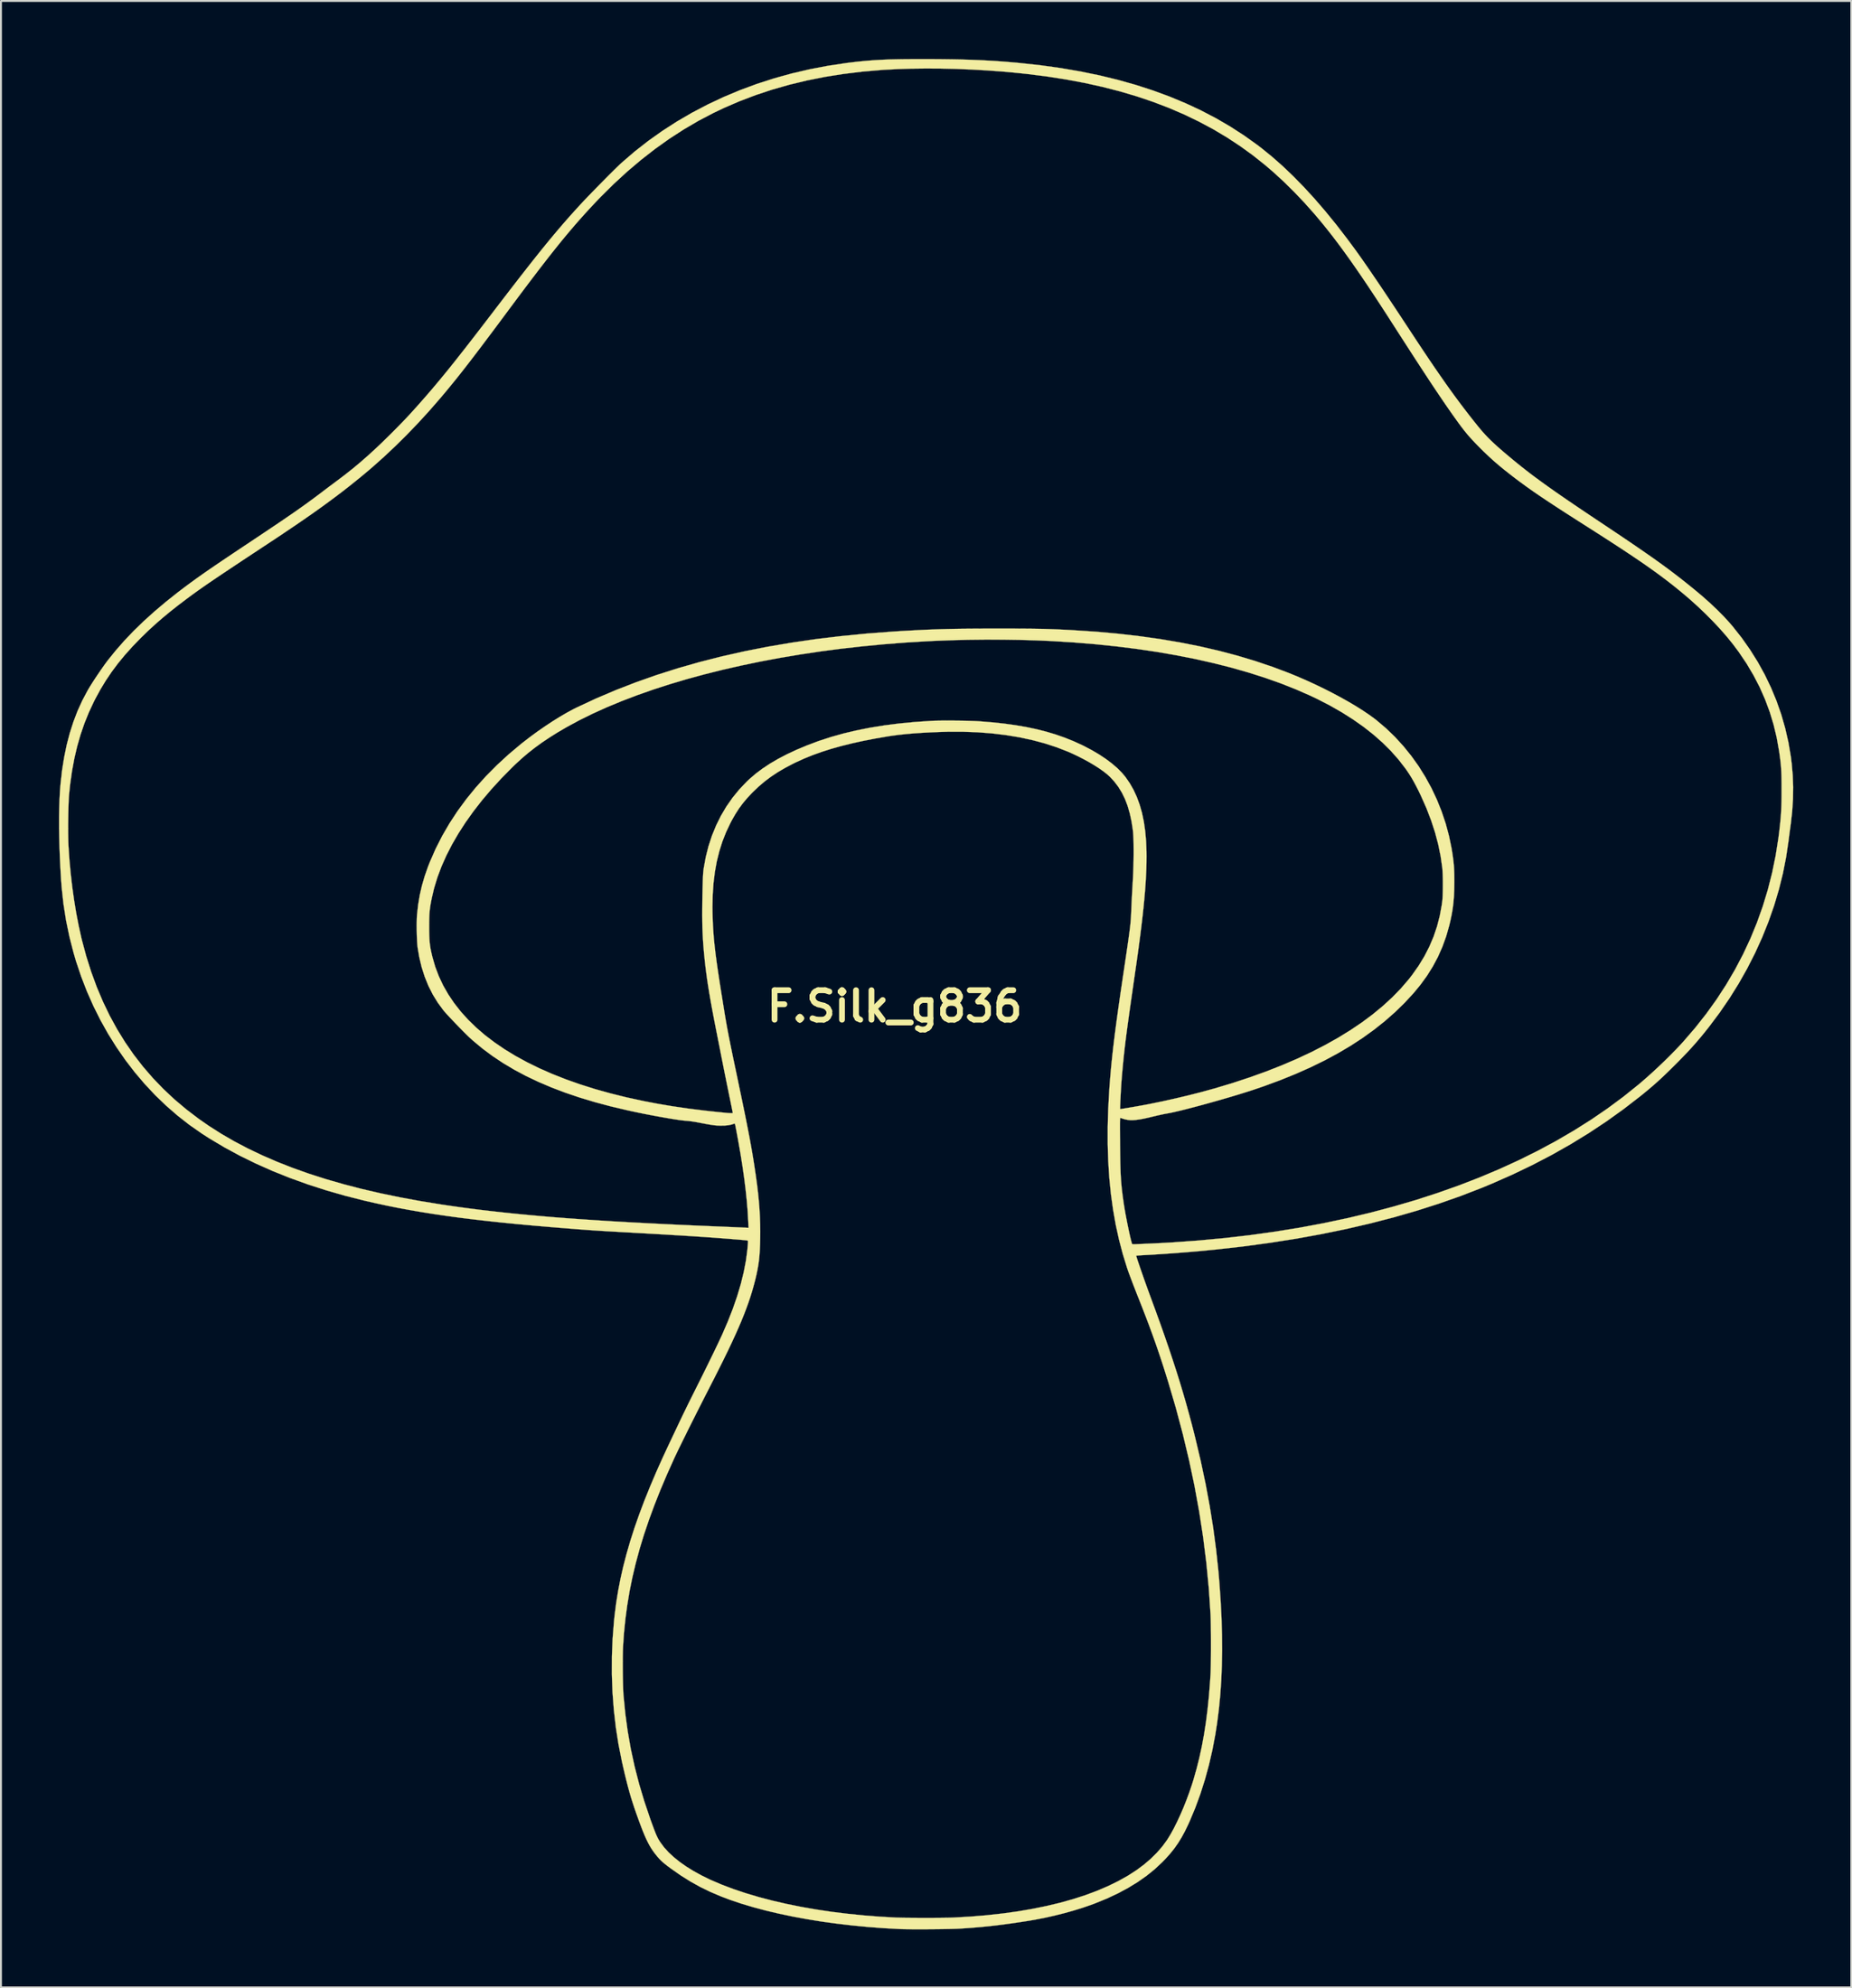
<source format=kicad_pcb>
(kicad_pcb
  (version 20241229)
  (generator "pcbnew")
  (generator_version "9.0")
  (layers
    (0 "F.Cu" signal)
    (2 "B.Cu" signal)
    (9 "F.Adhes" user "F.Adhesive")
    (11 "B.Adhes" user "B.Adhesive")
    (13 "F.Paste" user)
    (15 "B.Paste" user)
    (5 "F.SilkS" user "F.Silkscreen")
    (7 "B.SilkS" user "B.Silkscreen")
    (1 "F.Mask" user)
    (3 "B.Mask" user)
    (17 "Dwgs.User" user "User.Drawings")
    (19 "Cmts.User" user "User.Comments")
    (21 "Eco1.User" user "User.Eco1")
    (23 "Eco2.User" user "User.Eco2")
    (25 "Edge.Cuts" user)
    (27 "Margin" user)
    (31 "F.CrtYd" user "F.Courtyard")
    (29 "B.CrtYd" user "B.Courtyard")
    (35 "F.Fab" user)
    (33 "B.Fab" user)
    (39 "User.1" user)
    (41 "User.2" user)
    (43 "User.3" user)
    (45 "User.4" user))
  (footprint "F.Silk_g836"
    (layer "F.Cu")
    (at 43.183 48.963)
    (property "Reference" "F.Silk_g836" (at 0 0 0) (layer "F.SilkS") (effects (font (size 1.524 1.524) (thickness 0.3))))
    (attr through_hole)
    (fp_poly (pts (xy 1.983 -48.957) (xy 2.501 -48.953) (xy 2.986 -48.946) (xy 3.444 -48.937) (xy 3.879 -48.924) (xy 4.297 -48.908) (xy 4.703 -48.889) (xy 5.101 -48.866) (xy 5.497 -48.839) (xy 5.896 -48.807) (xy 6.302 -48.772) (xy 6.477 -48.755) (xy 7.551 -48.638) (xy 8.594 -48.492) (xy 9.606 -48.318) (xy 10.587 -48.116) (xy 11.537 -47.885) (xy 12.457 -47.626) (xy 13.346 -47.338) (xy 14.206 -47.022) (xy 15.035 -46.677) (xy 15.836 -46.303) (xy 16.607 -45.9) (xy 17.349 -45.468) (xy 18.062 -45.007) (xy 18.747 -44.517) (xy 18.955 -44.358) (xy 19.5 -43.915) (xy 20.048 -43.432) (xy 20.597 -42.908) (xy 21.148 -42.344) (xy 21.702 -41.74) (xy 22.258 -41.094) (xy 22.818 -40.407) (xy 23.38 -39.678) (xy 23.796 -39.116) (xy 23.967 -38.878) (xy 24.153 -38.615) (xy 24.354 -38.327) (xy 24.571 -38.013) (xy 24.804 -37.67) (xy 25.056 -37.299) (xy 25.326 -36.897) (xy 25.614 -36.464) (xy 25.923 -35.999) (xy 26.252 -35.5) (xy 26.603 -34.967) (xy 26.679 -34.851) (xy 27.019 -34.335) (xy 27.339 -33.853) (xy 27.642 -33.402) (xy 27.93 -32.978) (xy 28.205 -32.58) (xy 28.468 -32.203) (xy 28.723 -31.845) (xy 28.971 -31.504) (xy 29.214 -31.176) (xy 29.455 -30.858) (xy 29.695 -30.547) (xy 29.936 -30.241) (xy 30.126 -30.004) (xy 30.265 -29.835) (xy 30.401 -29.677) (xy 30.538 -29.526) (xy 30.68 -29.377) (xy 30.833 -29.226) (xy 31 -29.069) (xy 31.185 -28.901) (xy 31.394 -28.719) (xy 31.63 -28.518) (xy 31.75 -28.417) (xy 31.965 -28.238) (xy 32.179 -28.063) (xy 32.393 -27.891) (xy 32.611 -27.72) (xy 32.834 -27.547) (xy 33.066 -27.372) (xy 33.309 -27.193) (xy 33.565 -27.007) (xy 33.837 -26.812) (xy 34.126 -26.608) (xy 34.437 -26.392) (xy 34.771 -26.163) (xy 35.131 -25.918) (xy 35.518 -25.656) (xy 35.937 -25.375) (xy 36.388 -25.073) (xy 36.417 -25.054) (xy 36.861 -24.758) (xy 37.272 -24.483) (xy 37.652 -24.227) (xy 38.004 -23.989) (xy 38.33 -23.767) (xy 38.634 -23.558) (xy 38.916 -23.362) (xy 39.181 -23.177) (xy 39.43 -22.999) (xy 39.666 -22.829) (xy 39.892 -22.664) (xy 40.109 -22.502) (xy 40.321 -22.341) (xy 40.529 -22.181) (xy 40.737 -22.018) (xy 40.947 -21.851) (xy 41.161 -21.678) (xy 41.317 -21.552) (xy 41.737 -21.2) (xy 42.133 -20.848) (xy 42.502 -20.5) (xy 42.841 -20.158) (xy 43.145 -19.826) (xy 43.294 -19.653) (xy 43.767 -19.055) (xy 44.203 -18.437) (xy 44.602 -17.801) (xy 44.963 -17.147) (xy 45.286 -16.476) (xy 45.57 -15.79) (xy 45.816 -15.089) (xy 46.021 -14.375) (xy 46.187 -13.649) (xy 46.312 -12.912) (xy 46.355 -12.57) (xy 46.41 -11.953) (xy 46.433 -11.335) (xy 46.424 -10.711) (xy 46.382 -10.074) (xy 46.308 -9.417) (xy 46.292 -9.303) (xy 46.275 -9.185) (xy 46.256 -9.038) (xy 46.234 -8.875) (xy 46.213 -8.708) (xy 46.195 -8.562) (xy 46.07 -7.718) (xy 45.904 -6.876) (xy 45.696 -6.039) (xy 45.448 -5.208) (xy 45.16 -4.384) (xy 44.833 -3.569) (xy 44.468 -2.764) (xy 44.065 -1.971) (xy 43.625 -1.191) (xy 43.148 -0.425) (xy 42.635 0.324) (xy 42.087 1.055) (xy 41.942 1.238) (xy 41.742 1.486) (xy 41.549 1.716) (xy 41.359 1.937) (xy 41.165 2.154) (xy 40.961 2.375) (xy 40.74 2.606) (xy 40.498 2.854) (xy 40.334 3.018) (xy 40.077 3.273) (xy 39.841 3.502) (xy 39.618 3.713) (xy 39.403 3.91) (xy 39.188 4.1) (xy 38.966 4.289) (xy 38.73 4.484) (xy 38.534 4.643) (xy 37.673 5.308) (xy 36.786 5.944) (xy 35.871 6.551) (xy 34.927 7.129) (xy 33.954 7.68) (xy 32.95 8.203) (xy 31.915 8.7) (xy 30.848 9.17) (xy 30.313 9.391) (xy 29.233 9.808) (xy 28.119 10.199) (xy 26.973 10.565) (xy 25.793 10.905) (xy 24.58 11.219) (xy 23.334 11.508) (xy 22.056 11.771) (xy 20.746 12.009) (xy 19.403 12.22) (xy 18.028 12.406) (xy 16.622 12.566) (xy 15.684 12.656) (xy 15.362 12.684) (xy 15.02 12.712) (xy 14.667 12.74) (xy 14.312 12.767) (xy 13.964 12.791) (xy 13.631 12.813) (xy 13.321 12.833) (xy 13.044 12.848) (xy 12.996 12.851) (xy 12.855 12.858) (xy 12.729 12.866) (xy 12.622 12.874) (xy 12.542 12.88) (xy 12.495 12.886) (xy 12.485 12.889) (xy 12.488 12.911) (xy 12.505 12.969) (xy 12.533 13.059) (xy 12.572 13.177) (xy 12.62 13.319) (xy 12.675 13.481) (xy 12.736 13.659) (xy 12.803 13.85) (xy 12.872 14.049) (xy 12.944 14.252) (xy 13.017 14.456) (xy 13.089 14.656) (xy 13.16 14.849) (xy 13.218 15.007) (xy 13.478 15.715) (xy 13.722 16.388) (xy 13.949 17.032) (xy 14.162 17.65) (xy 14.361 18.246) (xy 14.549 18.824) (xy 14.726 19.388) (xy 14.893 19.943) (xy 15.053 20.493) (xy 15.205 21.041) (xy 15.353 21.591) (xy 15.496 22.148) (xy 15.533 22.299) (xy 15.816 23.492) (xy 16.065 24.664) (xy 16.28 25.818) (xy 16.463 26.959) (xy 16.613 28.09) (xy 16.733 29.215) (xy 16.784 29.824) (xy 16.847 30.739) (xy 16.892 31.618) (xy 16.917 32.465) (xy 16.923 33.282) (xy 16.91 34.073) (xy 16.878 34.839) (xy 16.827 35.584) (xy 16.757 36.31) (xy 16.667 37.021) (xy 16.573 37.627) (xy 16.423 38.421) (xy 16.243 39.201) (xy 16.035 39.964) (xy 15.799 40.705) (xy 15.537 41.421) (xy 15.25 42.107) (xy 15.168 42.289) (xy 14.998 42.639) (xy 14.826 42.955) (xy 14.648 43.245) (xy 14.456 43.518) (xy 14.246 43.781) (xy 14.012 44.043) (xy 13.822 44.239) (xy 13.435 44.6) (xy 13.013 44.94) (xy 12.555 45.262) (xy 12.061 45.564) (xy 11.531 45.848) (xy 10.963 46.114) (xy 10.357 46.361) (xy 10.12 46.449) (xy 9.69 46.597) (xy 9.227 46.739) (xy 8.743 46.874) (xy 8.248 46.998) (xy 7.751 47.109) (xy 7.263 47.204) (xy 6.953 47.257) (xy 6.486 47.33) (xy 6.053 47.394) (xy 5.645 47.45) (xy 5.255 47.499) (xy 4.876 47.542) (xy 4.499 47.58) (xy 4.117 47.613) (xy 3.722 47.643) (xy 3.334 47.668) (xy 3.215 47.674) (xy 3.06 47.679) (xy 2.873 47.684) (xy 2.661 47.688) (xy 2.429 47.692) (xy 2.183 47.695) (xy 1.928 47.697) (xy 1.67 47.699) (xy 1.415 47.7) (xy 1.168 47.7) (xy 0.935 47.699) (xy 0.722 47.698) (xy 0.533 47.695) (xy 0.376 47.692) (xy 0.265 47.688) (xy -0.562 47.643) (xy -1.38 47.581) (xy -2.187 47.503) (xy -2.981 47.41) (xy -3.759 47.303) (xy -4.517 47.18) (xy -5.254 47.045) (xy -5.966 46.896) (xy -6.65 46.734) (xy -7.305 46.56) (xy -7.926 46.374) (xy -8.511 46.177) (xy -8.971 46.003) (xy -9.522 45.769) (xy -10.047 45.513) (xy -10.556 45.23) (xy -11.056 44.916) (xy -11.556 44.565) (xy -11.599 44.534) (xy -11.755 44.417) (xy -11.882 44.317) (xy -11.987 44.228) (xy -12.078 44.144) (xy -12.161 44.059) (xy -12.243 43.966) (xy -12.264 43.942) (xy -12.375 43.805) (xy -12.477 43.668) (xy -12.572 43.527) (xy -12.662 43.377) (xy -12.749 43.215) (xy -12.837 43.034) (xy -12.927 42.832) (xy -13.021 42.603) (xy -13.121 42.343) (xy -13.231 42.047) (xy -13.249 41.996) (xy -13.357 41.695) (xy -13.455 41.412) (xy -13.544 41.139) (xy -13.628 40.871) (xy -13.707 40.6) (xy -13.784 40.319) (xy -13.86 40.023) (xy -13.938 39.705) (xy -14.019 39.358) (xy -14.097 39.01) (xy -14.269 38.147) (xy -14.407 37.263) (xy -14.51 36.363) (xy -14.579 35.449) (xy -14.612 34.528) (xy -14.611 34.068) (xy -14.05 34.068) (xy -14.049 34.312) (xy -14.047 34.557) (xy -14.043 34.795) (xy -14.038 35.02) (xy -14.032 35.226) (xy -14.025 35.405) (xy -14.017 35.552) (xy -14.013 35.602) (xy -13.921 36.545) (xy -13.795 37.47) (xy -13.635 38.381) (xy -13.439 39.285) (xy -13.207 40.186) (xy -12.937 41.089) (xy -12.629 42) (xy -12.575 42.15) (xy -12.501 42.353) (xy -12.438 42.521) (xy -12.385 42.66) (xy -12.339 42.774) (xy -12.297 42.87) (xy -12.258 42.952) (xy -12.219 43.026) (xy -12.178 43.097) (xy -12.131 43.171) (xy -12.103 43.214) (xy -11.913 43.47) (xy -11.682 43.724) (xy -11.413 43.974) (xy -11.107 44.22) (xy -10.767 44.459) (xy -10.393 44.691) (xy -9.989 44.914) (xy -9.556 45.127) (xy -9.483 45.16) (xy -8.918 45.401) (xy -8.315 45.628) (xy -7.677 45.841) (xy -7.006 46.04) (xy -6.304 46.224) (xy -5.574 46.392) (xy -4.819 46.545) (xy -4.04 46.681) (xy -3.241 46.8) (xy -2.424 46.901) (xy -1.59 46.985) (xy -0.744 47.051) (xy 0.042 47.094) (xy 0.182 47.099) (xy 0.357 47.103) (xy 0.562 47.107) (xy 0.792 47.109) (xy 1.038 47.111) (xy 1.297 47.113) (xy 1.561 47.113) (xy 1.825 47.113) (xy 2.082 47.112) (xy 2.327 47.11) (xy 2.553 47.107) (xy 2.754 47.104) (xy 2.925 47.1) (xy 3.048 47.095) (xy 3.918 47.046) (xy 4.762 46.976) (xy 5.579 46.885) (xy 6.368 46.775) (xy 7.129 46.645) (xy 7.859 46.496) (xy 8.559 46.328) (xy 9.227 46.141) (xy 9.863 45.935) (xy 10.464 45.711) (xy 11.031 45.468) (xy 11.562 45.208) (xy 12.056 44.931) (xy 12.513 44.636) (xy 12.526 44.626) (xy 12.894 44.351) (xy 13.237 44.057) (xy 13.549 43.748) (xy 13.827 43.429) (xy 14.068 43.102) (xy 14.107 43.042) (xy 14.267 42.78) (xy 14.431 42.481) (xy 14.596 42.151) (xy 14.76 41.797) (xy 14.921 41.425) (xy 15.075 41.039) (xy 15.221 40.645) (xy 15.356 40.25) (xy 15.443 39.973) (xy 15.604 39.408) (xy 15.749 38.831) (xy 15.877 38.238) (xy 15.991 37.626) (xy 16.089 36.989) (xy 16.173 36.326) (xy 16.244 35.631) (xy 16.301 34.902) (xy 16.323 34.565) (xy 16.33 34.427) (xy 16.335 34.251) (xy 16.34 34.046) (xy 16.344 33.815) (xy 16.346 33.565) (xy 16.348 33.302) (xy 16.348 33.031) (xy 16.348 32.758) (xy 16.347 32.49) (xy 16.344 32.231) (xy 16.341 31.988) (xy 16.337 31.767) (xy 16.331 31.573) (xy 16.325 31.412) (xy 16.323 31.38) (xy 16.235 30.066) (xy 16.108 28.752) (xy 15.943 27.434) (xy 15.739 26.112) (xy 15.497 24.785) (xy 15.215 23.45) (xy 14.894 22.108) (xy 14.534 20.755) (xy 14.133 19.392) (xy 13.892 18.627) (xy 13.751 18.194) (xy 13.608 17.77) (xy 13.462 17.35) (xy 13.31 16.925) (xy 13.15 16.489) (xy 12.978 16.037) (xy 12.793 15.559) (xy 12.593 15.051) (xy 12.579 15.018) (xy 12.493 14.8) (xy 12.407 14.579) (xy 12.322 14.36) (xy 12.242 14.15) (xy 12.169 13.955) (xy 12.104 13.78) (xy 12.051 13.632) (xy 12.012 13.517) (xy 12.011 13.515) (xy 11.788 12.79) (xy 11.593 12.048) (xy 11.426 11.285) (xy 11.288 10.501) (xy 11.177 9.695) (xy 11.094 8.865) (xy 11.039 8.009) (xy 11.012 7.126) (xy 11.012 6.216) (xy 11.039 5.276) (xy 11.094 4.304) (xy 11.102 4.18) (xy 11.126 3.864) (xy 11.152 3.55) (xy 11.18 3.233) (xy 11.211 2.912) (xy 11.246 2.582) (xy 11.283 2.241) (xy 11.325 1.885) (xy 11.371 1.512) (xy 11.422 1.117) (xy 11.478 0.699) (xy 11.539 0.254) (xy 11.607 -0.222) (xy 11.68 -0.731) (xy 11.761 -1.277) (xy 11.813 -1.63) (xy 11.871 -2.014) (xy 11.922 -2.359) (xy 11.968 -2.668) (xy 12.008 -2.943) (xy 12.044 -3.188) (xy 12.076 -3.406) (xy 12.103 -3.6) (xy 12.126 -3.771) (xy 12.146 -3.924) (xy 12.163 -4.061) (xy 12.177 -4.185) (xy 12.189 -4.299) (xy 12.198 -4.406) (xy 12.206 -4.508) (xy 12.213 -4.609) (xy 12.219 -4.711) (xy 12.224 -4.818) (xy 12.229 -4.932) (xy 12.234 -5.056) (xy 12.234 -5.069) (xy 12.241 -5.232) (xy 12.25 -5.426) (xy 12.261 -5.641) (xy 12.273 -5.866) (xy 12.285 -6.09) (xy 12.298 -6.303) (xy 12.302 -6.371) (xy 12.318 -6.657) (xy 12.33 -6.952) (xy 12.34 -7.25) (xy 12.347 -7.546) (xy 12.351 -7.834) (xy 12.351 -8.111) (xy 12.349 -8.37) (xy 12.344 -8.606) (xy 12.335 -8.814) (xy 12.324 -8.99) (xy 12.312 -9.102) (xy 12.243 -9.555) (xy 12.153 -9.973) (xy 12.041 -10.359) (xy 11.906 -10.714) (xy 11.746 -11.042) (xy 11.561 -11.344) (xy 11.35 -11.622) (xy 11.136 -11.855) (xy 10.982 -11.995) (xy 10.792 -12.144) (xy 10.572 -12.3) (xy 10.325 -12.458) (xy 10.056 -12.618) (xy 9.771 -12.774) (xy 9.474 -12.926) (xy 9.17 -13.07) (xy 8.959 -13.163) (xy 8.376 -13.39) (xy 7.762 -13.59) (xy 7.119 -13.762) (xy 6.449 -13.906) (xy 5.753 -14.021) (xy 5.032 -14.108) (xy 4.289 -14.166) (xy 3.524 -14.194) (xy 2.74 -14.193) (xy 2.428 -14.185) (xy 1.91 -14.164) (xy 1.432 -14.139) (xy 0.99 -14.109) (xy 0.582 -14.073) (xy 0.204 -14.033) (xy -0.146 -13.986) (xy -0.339 -13.957) (xy -1 -13.843) (xy -1.621 -13.722) (xy -2.206 -13.593) (xy -2.757 -13.456) (xy -3.277 -13.31) (xy -3.767 -13.154) (xy -4.232 -12.987) (xy -4.673 -12.809) (xy -5.093 -12.618) (xy -5.249 -12.542) (xy -5.662 -12.325) (xy -6.039 -12.104) (xy -6.387 -11.873) (xy -6.712 -11.629) (xy -7.023 -11.365) (xy -7.325 -11.077) (xy -7.389 -11.012) (xy -7.633 -10.751) (xy -7.849 -10.492) (xy -8.046 -10.225) (xy -8.23 -9.939) (xy -8.409 -9.626) (xy -8.49 -9.472) (xy -8.711 -9.005) (xy -8.902 -8.521) (xy -9.061 -8.018) (xy -9.191 -7.494) (xy -9.291 -6.946) (xy -9.361 -6.374) (xy -9.402 -5.775) (xy -9.415 -5.147) (xy -9.412 -4.858) (xy -9.406 -4.625) (xy -9.399 -4.4) (xy -9.389 -4.18) (xy -9.376 -3.961) (xy -9.361 -3.741) (xy -9.343 -3.516) (xy -9.321 -3.283) (xy -9.294 -3.039) (xy -9.264 -2.781) (xy -9.228 -2.506) (xy -9.188 -2.21) (xy -9.142 -1.89) (xy -9.09 -1.543) (xy -9.032 -1.166) (xy -8.967 -0.756) (xy -8.895 -0.309) (xy -8.846 -0.005) (xy -8.814 0.191) (xy -8.785 0.37) (xy -8.757 0.538) (xy -8.73 0.696) (xy -8.703 0.849) (xy -8.677 1) (xy -8.649 1.152) (xy -8.619 1.308) (xy -8.588 1.472) (xy -8.553 1.648) (xy -8.515 1.838) (xy -8.473 2.046) (xy -8.426 2.275) (xy -8.374 2.529) (xy -8.315 2.811) (xy -8.249 3.124) (xy -8.176 3.472) (xy -8.096 3.852) (xy -7.997 4.328) (xy -7.905 4.765) (xy -7.822 5.167) (xy -7.746 5.538) (xy -7.677 5.88) (xy -7.614 6.197) (xy -7.557 6.491) (xy -7.504 6.767) (xy -7.456 7.027) (xy -7.411 7.275) (xy -7.369 7.513) (xy -7.33 7.746) (xy -7.292 7.975) (xy -7.256 8.205) (xy -7.251 8.238) (xy -7.176 8.741) (xy -7.112 9.209) (xy -7.06 9.648) (xy -7.018 10.066) (xy -6.986 10.468) (xy -6.964 10.86) (xy -6.951 11.249) (xy -6.946 11.641) (xy -6.949 11.989) (xy -6.956 12.312) (xy -6.968 12.601) (xy -6.986 12.865) (xy -7.01 13.112) (xy -7.043 13.351) (xy -7.085 13.591) (xy -7.136 13.84) (xy -7.198 14.105) (xy -7.217 14.182) (xy -7.291 14.461) (xy -7.372 14.742) (xy -7.46 15.026) (xy -7.558 15.317) (xy -7.667 15.617) (xy -7.786 15.929) (xy -7.918 16.255) (xy -8.064 16.597) (xy -8.224 16.958) (xy -8.4 17.34) (xy -8.592 17.747) (xy -8.803 18.18) (xy -9.032 18.642) (xy -9.281 19.136) (xy -9.524 19.611) (xy -9.683 19.923) (xy -9.847 20.243) (xy -10.011 20.567) (xy -10.175 20.891) (xy -10.337 21.213) (xy -10.495 21.528) (xy -10.648 21.833) (xy -10.792 22.125) (xy -10.928 22.399) (xy -11.052 22.652) (xy -11.164 22.881) (xy -11.261 23.082) (xy -11.341 23.251) (xy -11.386 23.347) (xy -11.761 24.182) (xy -12.105 24.993) (xy -12.418 25.783) (xy -12.701 26.553) (xy -12.956 27.308) (xy -13.182 28.05) (xy -13.38 28.782) (xy -13.552 29.506) (xy -13.698 30.226) (xy -13.818 30.945) (xy -13.915 31.665) (xy -13.988 32.39) (xy -14.036 33.083) (xy -14.041 33.226) (xy -14.046 33.403) (xy -14.049 33.607) (xy -14.05 33.831) (xy -14.05 34.068) (xy -14.611 34.068) (xy -14.61 33.602) (xy -14.573 32.677) (xy -14.5 31.755) (xy -14.468 31.454) (xy -14.389 30.832) (xy -14.288 30.207) (xy -14.165 29.576) (xy -14.02 28.937) (xy -13.851 28.288) (xy -13.659 27.627) (xy -13.442 26.95) (xy -13.199 26.257) (xy -12.931 25.545) (xy -12.635 24.811) (xy -12.312 24.053) (xy -11.961 23.27) (xy -11.621 22.543) (xy -11.551 22.395) (xy -11.468 22.219) (xy -11.375 22.025) (xy -11.279 21.821) (xy -11.183 21.618) (xy -11.092 21.426) (xy -11.064 21.368) (xy -10.984 21.2) (xy -10.888 21.002) (xy -10.782 20.783) (xy -10.668 20.551) (xy -10.551 20.314) (xy -10.435 20.081) (xy -10.324 19.859) (xy -10.279 19.77) (xy -10.13 19.471) (xy -9.978 19.168) (xy -9.827 18.863) (xy -9.679 18.563) (xy -9.536 18.27) (xy -9.399 17.99) (xy -9.272 17.727) (xy -9.156 17.485) (xy -9.054 17.269) (xy -8.967 17.084) (xy -8.917 16.976) (xy -8.619 16.288) (xy -8.358 15.621) (xy -8.134 14.972) (xy -7.947 14.343) (xy -7.797 13.734) (xy -7.684 13.144) (xy -7.609 12.575) (xy -7.587 12.315) (xy -7.58 12.221) (xy -7.578 12.16) (xy -7.582 12.126) (xy -7.593 12.109) (xy -7.613 12.101) (xy -7.622 12.098) (xy -7.658 12.094) (xy -7.732 12.086) (xy -7.838 12.076) (xy -7.974 12.064) (xy -8.134 12.05) (xy -8.314 12.036) (xy -8.51 12.02) (xy -8.718 12.003) (xy -8.931 11.987) (xy -9.148 11.97) (xy -9.362 11.954) (xy -9.57 11.939) (xy -9.578 11.939) (xy -9.813 11.922) (xy -10.051 11.906) (xy -10.294 11.89) (xy -10.547 11.873) (xy -10.813 11.856) (xy -11.097 11.839) (xy -11.401 11.821) (xy -11.73 11.801) (xy -12.088 11.78) (xy -12.478 11.758) (xy -12.903 11.734) (xy -13.229 11.716) (xy -13.612 11.694) (xy -13.957 11.675) (xy -14.268 11.657) (xy -14.551 11.641) (xy -14.808 11.626) (xy -15.045 11.612) (xy -15.267 11.598) (xy -15.476 11.584) (xy -15.678 11.571) (xy -15.877 11.557) (xy -16.078 11.542) (xy -16.285 11.527) (xy -16.501 11.51) (xy -16.733 11.491) (xy -16.983 11.471) (xy -17.256 11.449) (xy -17.558 11.424) (xy -17.875 11.397) (xy -18.741 11.323) (xy -19.566 11.247) (xy -20.355 11.168) (xy -21.11 11.087) (xy -21.832 11.003) (xy -22.526 10.916) (xy -23.194 10.825) (xy -23.838 10.73) (xy -24.46 10.631) (xy -25.065 10.526) (xy -25.653 10.417) (xy -26.229 10.302) (xy -26.794 10.18) (xy -27.352 10.053) (xy -27.39 10.044) (xy -28.398 9.789) (xy -29.379 9.507) (xy -30.332 9.199) (xy -31.255 8.866) (xy -32.149 8.508) (xy -33.012 8.124) (xy -33.843 7.717) (xy -34.64 7.285) (xy -35.404 6.83) (xy -35.803 6.573) (xy -36.441 6.128) (xy -37.055 5.648) (xy -37.646 5.134) (xy -38.213 4.588) (xy -38.754 4.011) (xy -39.268 3.405) (xy -39.755 2.771) (xy -40.212 2.111) (xy -40.641 1.426) (xy -41.038 0.717) (xy -41.404 -0.014) (xy -41.737 -0.766) (xy -42.036 -1.538) (xy -42.301 -2.327) (xy -42.427 -2.753) (xy -42.643 -3.594) (xy -42.819 -4.441) (xy -42.953 -5.297) (xy -43.047 -6.163) (xy -43.074 -6.519) (xy -43.109 -7.097) (xy -43.137 -7.667) (xy -43.158 -8.225) (xy -43.171 -8.768) (xy -43.177 -9.199) (xy -42.712 -9.199) (xy -42.711 -8.954) (xy -42.708 -8.726) (xy -42.704 -8.52) (xy -42.697 -8.344) (xy -42.695 -8.292) (xy -42.648 -7.591) (xy -42.583 -6.886) (xy -42.502 -6.184) (xy -42.405 -5.493) (xy -42.294 -4.819) (xy -42.169 -4.171) (xy -42.032 -3.554) (xy -42.002 -3.429) (xy -41.776 -2.589) (xy -41.519 -1.778) (xy -41.232 -0.996) (xy -40.913 -0.242) (xy -40.564 0.484) (xy -40.182 1.182) (xy -39.769 1.852) (xy -39.324 2.496) (xy -38.846 3.113) (xy -38.336 3.704) (xy -37.793 4.269) (xy -37.217 4.809) (xy -36.607 5.323) (xy -35.964 5.813) (xy -35.434 6.182) (xy -34.792 6.59) (xy -34.12 6.98) (xy -33.415 7.35) (xy -32.677 7.702) (xy -31.906 8.036) (xy -31.102 8.352) (xy -30.263 8.65) (xy -29.39 8.93) (xy -28.48 9.192) (xy -27.535 9.438) (xy -26.554 9.665) (xy -25.535 9.876) (xy -24.478 10.07) (xy -23.383 10.248) (xy -23.05 10.297) (xy -22.497 10.376) (xy -21.934 10.451) (xy -21.361 10.524) (xy -20.775 10.593) (xy -20.175 10.659) (xy -19.559 10.723) (xy -18.924 10.784) (xy -18.269 10.843) (xy -17.593 10.9) (xy -16.893 10.954) (xy -16.167 11.007) (xy -15.414 11.057) (xy -14.631 11.107) (xy -13.818 11.154) (xy -12.971 11.2) (xy -12.09 11.245) (xy -11.172 11.289) (xy -10.216 11.332) (xy -9.219 11.374) (xy -9.176 11.376) (xy -8.94 11.385) (xy -8.713 11.395) (xy -8.499 11.404) (xy -8.301 11.412) (xy -8.125 11.42) (xy -7.974 11.426) (xy -7.852 11.432) (xy -7.765 11.436) (xy -7.717 11.438) (xy -7.55 11.448) (xy -7.565 11.127) (xy -7.594 10.606) (xy -7.638 10.064) (xy -7.697 9.498) (xy -7.77 8.905) (xy -7.859 8.283) (xy -7.963 7.629) (xy -8.084 6.939) (xy -8.14 6.636) (xy -8.172 6.464) (xy -8.198 6.33) (xy -8.218 6.228) (xy -8.233 6.155) (xy -8.246 6.105) (xy -8.256 6.076) (xy -8.266 6.062) (xy -8.276 6.059) (xy -8.287 6.062) (xy -8.294 6.065) (xy -8.435 6.111) (xy -8.588 6.143) (xy -8.762 6.16) (xy -8.954 6.164) (xy -9.046 6.164) (xy -9.13 6.161) (xy -9.212 6.157) (xy -9.297 6.149) (xy -9.391 6.137) (xy -9.499 6.121) (xy -9.627 6.099) (xy -9.781 6.071) (xy -9.966 6.036) (xy -10.149 6.001) (xy -10.311 5.972) (xy -10.472 5.947) (xy -10.62 5.928) (xy -10.744 5.915) (xy -10.784 5.913) (xy -10.891 5.904) (xy -11.034 5.887) (xy -11.21 5.863) (xy -11.414 5.831) (xy -11.643 5.794) (xy -11.891 5.751) (xy -12.156 5.704) (xy -12.431 5.653) (xy -12.714 5.599) (xy -12.999 5.543) (xy -13.283 5.485) (xy -13.561 5.426) (xy -13.801 5.374) (xy -14.662 5.171) (xy -15.486 4.951) (xy -16.271 4.715) (xy -17.02 4.462) (xy -17.733 4.191) (xy -18.411 3.902) (xy -19.055 3.596) (xy -19.665 3.27) (xy -20.242 2.926) (xy -20.788 2.562) (xy -21.302 2.179) (xy -21.787 1.775) (xy -21.934 1.643) (xy -22.024 1.559) (xy -22.134 1.451) (xy -22.26 1.326) (xy -22.397 1.187) (xy -22.541 1.04) (xy -22.686 0.89) (xy -22.828 0.741) (xy -22.962 0.599) (xy -23.084 0.468) (xy -23.188 0.354) (xy -23.27 0.261) (xy -23.313 0.21) (xy -23.605 -0.186) (xy -23.865 -0.608) (xy -24.091 -1.056) (xy -24.283 -1.528) (xy -24.442 -2.024) (xy -24.566 -2.544) (xy -24.65 -3.037) (xy -24.664 -3.167) (xy -24.676 -3.33) (xy -24.685 -3.518) (xy -24.693 -3.722) (xy -24.697 -3.934) (xy -24.698 -4.106) (xy -24.055 -4.106) (xy -24.054 -3.863) (xy -24.049 -3.654) (xy -24.041 -3.471) (xy -24.029 -3.305) (xy -24.01 -3.149) (xy -23.986 -2.993) (xy -23.954 -2.831) (xy -23.913 -2.654) (xy -23.888 -2.551) (xy -23.742 -2.046) (xy -23.556 -1.556) (xy -23.331 -1.078) (xy -23.066 -0.615) (xy -22.763 -0.166) (xy -22.422 0.269) (xy -22.042 0.69) (xy -21.626 1.095) (xy -21.172 1.486) (xy -20.681 1.86) (xy -20.154 2.22) (xy -19.592 2.563) (xy -18.993 2.89) (xy -18.36 3.201) (xy -17.692 3.495) (xy -16.99 3.772) (xy -16.253 4.032) (xy -15.484 4.275) (xy -14.681 4.499) (xy -13.846 4.706) (xy -12.978 4.894) (xy -12.298 5.025) (xy -11.48 5.164) (xy -10.63 5.288) (xy -9.758 5.396) (xy -9.165 5.46) (xy -9.029 5.473) (xy -8.903 5.486) (xy -8.795 5.497) (xy -8.712 5.505) (xy -8.662 5.51) (xy -8.657 5.51) (xy -8.585 5.516) (xy -8.508 5.52) (xy -8.438 5.521) (xy -8.385 5.521) (xy -8.361 5.517) (xy -8.361 5.517) (xy -8.365 5.495) (xy -8.377 5.436) (xy -8.396 5.343) (xy -8.421 5.219) (xy -8.451 5.07) (xy -8.486 4.898) (xy -8.525 4.707) (xy -8.568 4.501) (xy -8.593 4.375) (xy -8.642 4.14) (xy -8.691 3.899) (xy -8.739 3.659) (xy -8.786 3.427) (xy -8.83 3.21) (xy -8.869 3.013) (xy -8.903 2.844) (xy -8.93 2.709) (xy -8.932 2.695) (xy -8.962 2.544) (xy -8.998 2.361) (xy -9.038 2.155) (xy -9.082 1.934) (xy -9.127 1.708) (xy -9.171 1.485) (xy -9.207 1.302) (xy -9.301 0.827) (xy -9.385 0.389) (xy -9.46 -0.016) (xy -9.528 -0.394) (xy -9.588 -0.747) (xy -9.642 -1.081) (xy -9.69 -1.4) (xy -9.732 -1.708) (xy -9.771 -2.01) (xy -9.805 -2.309) (xy -9.836 -2.611) (xy -9.841 -2.656) (xy -9.868 -2.954) (xy -9.891 -3.24) (xy -9.909 -3.519) (xy -9.923 -3.798) (xy -9.934 -4.083) (xy -9.94 -4.38) (xy -9.943 -4.694) (xy -9.942 -5.032) (xy -9.938 -5.4) (xy -9.931 -5.804) (xy -9.93 -5.821) (xy -9.925 -6.074) (xy -9.919 -6.29) (xy -9.914 -6.473) (xy -9.908 -6.627) (xy -9.902 -6.756) (xy -9.895 -6.867) (xy -9.887 -6.961) (xy -9.878 -7.046) (xy -9.868 -7.124) (xy -9.866 -7.134) (xy -9.76 -7.716) (xy -9.618 -8.279) (xy -9.44 -8.823) (xy -9.226 -9.346) (xy -8.978 -9.847) (xy -8.696 -10.325) (xy -8.38 -10.778) (xy -8.031 -11.206) (xy -7.65 -11.607) (xy -7.505 -11.745) (xy -7.182 -12.023) (xy -6.828 -12.289) (xy -6.44 -12.546) (xy -6.018 -12.793) (xy -5.558 -13.033) (xy -5.06 -13.265) (xy -4.533 -13.486) (xy -3.923 -13.715) (xy -3.294 -13.92) (xy -2.643 -14.103) (xy -1.967 -14.264) (xy -1.265 -14.403) (xy -0.535 -14.521) (xy 0.226 -14.618) (xy 1.02 -14.695) (xy 1.849 -14.752) (xy 1.916 -14.755) (xy 2.07 -14.762) (xy 2.258 -14.766) (xy 2.475 -14.769) (xy 2.712 -14.77) (xy 2.961 -14.769) (xy 3.217 -14.767) (xy 3.47 -14.764) (xy 3.714 -14.759) (xy 3.942 -14.753) (xy 4.146 -14.746) (xy 4.319 -14.737) (xy 4.381 -14.733) (xy 5.038 -14.679) (xy 5.657 -14.613) (xy 6.242 -14.532) (xy 6.797 -14.437) (xy 7.324 -14.326) (xy 7.827 -14.199) (xy 8.309 -14.055) (xy 8.774 -13.893) (xy 9.225 -13.713) (xy 9.664 -13.513) (xy 9.79 -13.452) (xy 10.195 -13.238) (xy 10.571 -13.016) (xy 10.917 -12.786) (xy 11.229 -12.551) (xy 11.506 -12.313) (xy 11.745 -12.072) (xy 11.92 -11.864) (xy 12.145 -11.54) (xy 12.344 -11.192) (xy 12.516 -10.82) (xy 12.662 -10.421) (xy 12.783 -9.995) (xy 12.878 -9.54) (xy 12.948 -9.054) (xy 12.994 -8.536) (xy 13.015 -7.985) (xy 13.017 -7.758) (xy 13.014 -7.427) (xy 13.005 -7.083) (xy 12.989 -6.723) (xy 12.967 -6.345) (xy 12.937 -5.945) (xy 12.9 -5.523) (xy 12.856 -5.074) (xy 12.804 -4.598) (xy 12.744 -4.092) (xy 12.676 -3.553) (xy 12.6 -2.978) (xy 12.515 -2.367) (xy 12.454 -1.947) (xy 12.385 -1.469) (xy 12.322 -1.03) (xy 12.264 -0.628) (xy 12.211 -0.26) (xy 12.163 0.077) (xy 12.12 0.385) (xy 12.081 0.666) (xy 12.045 0.923) (xy 12.013 1.159) (xy 11.984 1.377) (xy 11.958 1.578) (xy 11.934 1.766) (xy 11.913 1.943) (xy 11.892 2.112) (xy 11.874 2.274) (xy 11.856 2.434) (xy 11.839 2.593) (xy 11.823 2.754) (xy 11.812 2.857) (xy 11.794 3.048) (xy 11.775 3.254) (xy 11.756 3.462) (xy 11.739 3.663) (xy 11.725 3.842) (xy 11.716 3.958) (xy 11.707 4.101) (xy 11.697 4.257) (xy 11.688 4.419) (xy 11.679 4.583) (xy 11.671 4.743) (xy 11.663 4.894) (xy 11.658 5.029) (xy 11.653 5.144) (xy 11.651 5.232) (xy 11.65 5.289) (xy 11.652 5.309) (xy 11.674 5.308) (xy 11.733 5.3) (xy 11.823 5.286) (xy 11.94 5.267) (xy 12.077 5.244) (xy 12.23 5.218) (xy 12.394 5.19) (xy 12.563 5.16) (xy 12.732 5.129) (xy 12.897 5.099) (xy 13.051 5.07) (xy 13.166 5.048) (xy 13.839 4.91) (xy 14.518 4.759) (xy 15.193 4.598) (xy 15.85 4.431) (xy 16.478 4.258) (xy 16.522 4.246) (xy 17.447 3.969) (xy 18.336 3.676) (xy 19.191 3.369) (xy 20.01 3.047) (xy 20.794 2.711) (xy 21.541 2.361) (xy 22.251 1.997) (xy 22.924 1.619) (xy 23.559 1.228) (xy 24.157 0.824) (xy 24.716 0.406) (xy 25.236 -0.024) (xy 25.717 -0.466) (xy 26.159 -0.921) (xy 26.56 -1.387) (xy 26.736 -1.612) (xy 27.075 -2.092) (xy 27.374 -2.583) (xy 27.632 -3.085) (xy 27.851 -3.6) (xy 28.03 -4.129) (xy 28.171 -4.674) (xy 28.274 -5.236) (xy 28.303 -5.45) (xy 28.313 -5.56) (xy 28.321 -5.705) (xy 28.326 -5.875) (xy 28.33 -6.063) (xy 28.331 -6.262) (xy 28.331 -6.462) (xy 28.328 -6.655) (xy 28.323 -6.835) (xy 28.315 -6.992) (xy 28.306 -7.119) (xy 28.304 -7.144) (xy 28.217 -7.757) (xy 28.091 -8.373) (xy 27.927 -8.992) (xy 27.723 -9.617) (xy 27.48 -10.249) (xy 27.196 -10.889) (xy 27.083 -11.123) (xy 26.954 -11.378) (xy 26.834 -11.603) (xy 26.718 -11.807) (xy 26.599 -11.998) (xy 26.472 -12.188) (xy 26.396 -12.295) (xy 26.043 -12.752) (xy 25.651 -13.196) (xy 25.22 -13.625) (xy 24.75 -14.041) (xy 24.242 -14.441) (xy 23.696 -14.826) (xy 23.113 -15.196) (xy 22.493 -15.55) (xy 21.838 -15.888) (xy 21.484 -16.056) (xy 20.741 -16.382) (xy 19.962 -16.691) (xy 19.146 -16.98) (xy 18.295 -17.251) (xy 17.411 -17.504) (xy 16.495 -17.736) (xy 15.548 -17.95) (xy 14.57 -18.144) (xy 13.564 -18.318) (xy 12.531 -18.471) (xy 11.471 -18.604) (xy 10.387 -18.717) (xy 9.278 -18.808) (xy 8.147 -18.879) (xy 8.128 -18.88) (xy 7.3 -18.916) (xy 6.442 -18.94) (xy 5.562 -18.953) (xy 4.671 -18.954) (xy 3.778 -18.944) (xy 2.893 -18.922) (xy 2.026 -18.888) (xy 1.651 -18.869) (xy 0.532 -18.801) (xy -0.576 -18.714) (xy -1.672 -18.608) (xy -2.754 -18.486) (xy -3.821 -18.346) (xy -4.872 -18.189) (xy -5.904 -18.015) (xy -6.916 -17.826) (xy -7.906 -17.62) (xy -8.874 -17.4) (xy -9.817 -17.164) (xy -10.735 -16.914) (xy -11.624 -16.649) (xy -12.485 -16.371) (xy -13.315 -16.079) (xy -14.113 -15.774) (xy -14.878 -15.457) (xy -15.607 -15.127) (xy -16.3 -14.785) (xy -16.954 -14.431) (xy -17.41 -14.164) (xy -17.834 -13.898) (xy -18.225 -13.636) (xy -18.591 -13.37) (xy -18.94 -13.096) (xy -19.279 -12.807) (xy -19.616 -12.496) (xy -19.777 -12.34) (xy -20.33 -11.778) (xy -20.848 -11.212) (xy -21.329 -10.644) (xy -21.772 -10.074) (xy -22.179 -9.503) (xy -22.547 -8.932) (xy -22.877 -8.362) (xy -23.168 -7.793) (xy -23.419 -7.228) (xy -23.63 -6.666) (xy -23.8 -6.108) (xy -23.917 -5.613) (xy -23.955 -5.424) (xy -23.985 -5.259) (xy -24.008 -5.109) (xy -24.026 -4.965) (xy -24.039 -4.819) (xy -24.047 -4.663) (xy -24.052 -4.488) (xy -24.055 -4.285) (xy -24.055 -4.106) (xy -24.698 -4.106) (xy -24.699 -4.144) (xy -24.697 -4.345) (xy -24.693 -4.528) (xy -24.685 -4.684) (xy -24.682 -4.727) (xy -24.625 -5.243) (xy -24.542 -5.742) (xy -24.43 -6.232) (xy -24.287 -6.724) (xy -24.112 -7.224) (xy -24.014 -7.472) (xy -23.718 -8.146) (xy -23.382 -8.807) (xy -23.006 -9.454) (xy -22.591 -10.088) (xy -22.137 -10.707) (xy -21.645 -11.311) (xy -21.116 -11.899) (xy -20.549 -12.47) (xy -19.946 -13.025) (xy -19.306 -13.562) (xy -19.224 -13.627) (xy -18.849 -13.917) (xy -18.465 -14.199) (xy -18.077 -14.468) (xy -17.692 -14.723) (xy -17.315 -14.958) (xy -16.951 -15.171) (xy -16.607 -15.358) (xy -16.42 -15.451) (xy -15.429 -15.912) (xy -14.413 -16.344) (xy -13.371 -16.748) (xy -12.304 -17.124) (xy -11.21 -17.472) (xy -10.089 -17.792) (xy -8.94 -18.085) (xy -7.763 -18.35) (xy -6.557 -18.588) (xy -5.321 -18.798) (xy -4.055 -18.982) (xy -2.757 -19.138) (xy -1.429 -19.268) (xy -0.067 -19.371) (xy 0.36 -19.398) (xy 0.732 -19.419) (xy 1.084 -19.438) (xy 1.423 -19.455) (xy 1.752 -19.47) (xy 2.076 -19.482) (xy 2.401 -19.493) (xy 2.732 -19.502) (xy 3.073 -19.509) (xy 3.429 -19.515) (xy 3.805 -19.519) (xy 4.207 -19.522) (xy 4.639 -19.524) (xy 5.105 -19.525) (xy 5.345 -19.525) (xy 5.745 -19.525) (xy 6.108 -19.524) (xy 6.437 -19.523) (xy 6.738 -19.521) (xy 7.014 -19.519) (xy 7.269 -19.515) (xy 7.509 -19.511) (xy 7.738 -19.506) (xy 7.96 -19.499) (xy 8.179 -19.492) (xy 8.4 -19.483) (xy 8.628 -19.472) (xy 8.867 -19.46) (xy 9.121 -19.447) (xy 9.239 -19.44) (xy 10.411 -19.363) (xy 11.549 -19.26) (xy 12.653 -19.133) (xy 13.726 -18.982) (xy 14.768 -18.805) (xy 15.779 -18.604) (xy 16.761 -18.377) (xy 17.714 -18.125) (xy 18.639 -17.847) (xy 19.538 -17.543) (xy 20.331 -17.245) (xy 20.792 -17.057) (xy 21.255 -16.857) (xy 21.715 -16.646) (xy 22.168 -16.428) (xy 22.61 -16.204) (xy 23.037 -15.976) (xy 23.445 -15.748) (xy 23.83 -15.52) (xy 24.188 -15.295) (xy 24.514 -15.075) (xy 24.805 -14.863) (xy 24.899 -14.79) (xy 25.39 -14.374) (xy 25.854 -13.926) (xy 26.291 -13.448) (xy 26.699 -12.943) (xy 27.078 -12.413) (xy 27.424 -11.858) (xy 27.739 -11.283) (xy 28.019 -10.689) (xy 28.265 -10.077) (xy 28.475 -9.451) (xy 28.647 -8.812) (xy 28.781 -8.163) (xy 28.829 -7.863) (xy 28.857 -7.663) (xy 28.879 -7.483) (xy 28.896 -7.314) (xy 28.908 -7.147) (xy 28.916 -6.971) (xy 28.921 -6.777) (xy 28.923 -6.557) (xy 28.923 -6.403) (xy 28.918 -6.029) (xy 28.903 -5.685) (xy 28.876 -5.363) (xy 28.838 -5.052) (xy 28.786 -4.742) (xy 28.719 -4.423) (xy 28.66 -4.176) (xy 28.5 -3.616) (xy 28.306 -3.079) (xy 28.078 -2.563) (xy 27.813 -2.065) (xy 27.511 -1.582) (xy 27.17 -1.113) (xy 26.81 -0.677) (xy 26.348 -0.178) (xy 25.855 0.302) (xy 25.332 0.762) (xy 24.777 1.204) (xy 24.19 1.627) (xy 23.569 2.033) (xy 22.914 2.421) (xy 22.223 2.793) (xy 21.497 3.148) (xy 20.733 3.488) (xy 19.932 3.813) (xy 19.092 4.123) (xy 18.58 4.298) (xy 18.335 4.379) (xy 18.067 4.463) (xy 17.782 4.552) (xy 17.482 4.642) (xy 17.172 4.734) (xy 16.856 4.826) (xy 16.537 4.916) (xy 16.219 5.005) (xy 15.907 5.091) (xy 15.604 5.173) (xy 15.315 5.249) (xy 15.042 5.319) (xy 14.79 5.382) (xy 14.563 5.436) (xy 14.365 5.481) (xy 14.199 5.515) (xy 14.072 5.538) (xy 13.991 5.552) (xy 13.879 5.574) (xy 13.743 5.604) (xy 13.593 5.637) (xy 13.438 5.674) (xy 13.36 5.693) (xy 13.09 5.757) (xy 12.856 5.808) (xy 12.652 5.845) (xy 12.472 5.869) (xy 12.313 5.881) (xy 12.169 5.88) (xy 12.035 5.866) (xy 11.906 5.84) (xy 11.777 5.802) (xy 11.677 5.766) (xy 11.669 5.765) (xy 11.662 5.768) (xy 11.657 5.779) (xy 11.652 5.801) (xy 11.649 5.837) (xy 11.646 5.89) (xy 11.644 5.962) (xy 11.643 6.058) (xy 11.643 6.179) (xy 11.643 6.328) (xy 11.644 6.51) (xy 11.645 6.726) (xy 11.647 6.98) (xy 11.648 7.146) (xy 11.652 7.497) (xy 11.656 7.811) (xy 11.661 8.093) (xy 11.668 8.347) (xy 11.676 8.58) (xy 11.687 8.796) (xy 11.7 9) (xy 11.716 9.198) (xy 11.735 9.394) (xy 11.758 9.594) (xy 11.784 9.802) (xy 11.815 10.024) (xy 11.845 10.234) (xy 11.87 10.389) (xy 11.9 10.565) (xy 11.934 10.757) (xy 11.973 10.959) (xy 12.013 11.166) (xy 12.055 11.372) (xy 12.097 11.571) (xy 12.137 11.758) (xy 12.175 11.926) (xy 12.21 12.07) (xy 12.24 12.185) (xy 12.264 12.265) (xy 12.267 12.274) (xy 12.279 12.285) (xy 12.31 12.292) (xy 12.365 12.295) (xy 12.45 12.293) (xy 12.557 12.289) (xy 12.664 12.284) (xy 12.803 12.278) (xy 12.961 12.271) (xy 13.128 12.264) (xy 13.292 12.257) (xy 13.335 12.255) (xy 13.514 12.246) (xy 13.72 12.236) (xy 13.935 12.225) (xy 14.145 12.213) (xy 14.333 12.202) (xy 14.351 12.201) (xy 15.709 12.103) (xy 17.047 11.978) (xy 18.365 11.825) (xy 19.66 11.645) (xy 20.934 11.438) (xy 22.184 11.204) (xy 23.411 10.944) (xy 24.613 10.658) (xy 25.789 10.345) (xy 26.94 10.008) (xy 28.063 9.644) (xy 29.159 9.256) (xy 30.227 8.843) (xy 31.266 8.405) (xy 32.275 7.943) (xy 33.253 7.457) (xy 34.199 6.947) (xy 35.114 6.413) (xy 35.996 5.856) (xy 36.844 5.276) (xy 37.658 4.673) (xy 38.436 4.048) (xy 38.555 3.948) (xy 38.851 3.691) (xy 39.16 3.414) (xy 39.473 3.123) (xy 39.784 2.826) (xy 40.085 2.528) (xy 40.371 2.237) (xy 40.632 1.961) (xy 40.76 1.82) (xy 41.371 1.111) (xy 41.944 0.384) (xy 42.478 -0.36) (xy 42.973 -1.121) (xy 43.429 -1.899) (xy 43.846 -2.692) (xy 44.225 -3.503) (xy 44.564 -4.329) (xy 44.864 -5.171) (xy 45.125 -6.029) (xy 45.347 -6.902) (xy 45.529 -7.791) (xy 45.672 -8.695) (xy 45.719 -9.07) (xy 45.748 -9.325) (xy 45.771 -9.554) (xy 45.791 -9.763) (xy 45.806 -9.963) (xy 45.817 -10.16) (xy 45.825 -10.364) (xy 45.831 -10.583) (xy 45.834 -10.825) (xy 45.835 -11.098) (xy 45.835 -11.187) (xy 45.835 -11.463) (xy 45.833 -11.703) (xy 45.829 -11.916) (xy 45.822 -12.108) (xy 45.813 -12.286) (xy 45.8 -12.457) (xy 45.783 -12.628) (xy 45.761 -12.807) (xy 45.735 -13.001) (xy 45.707 -13.197) (xy 45.584 -13.889) (xy 45.422 -14.565) (xy 45.221 -15.225) (xy 44.981 -15.87) (xy 44.702 -16.502) (xy 44.382 -17.119) (xy 44.023 -17.724) (xy 43.623 -18.316) (xy 43.32 -18.722) (xy 43.014 -19.1) (xy 42.675 -19.489) (xy 42.307 -19.883) (xy 41.915 -20.278) (xy 41.507 -20.668) (xy 41.086 -21.047) (xy 40.756 -21.328) (xy 40.535 -21.511) (xy 40.314 -21.69) (xy 40.09 -21.867) (xy 39.862 -22.043) (xy 39.626 -22.221) (xy 39.381 -22.402) (xy 39.123 -22.587) (xy 38.852 -22.779) (xy 38.563 -22.979) (xy 38.255 -23.188) (xy 37.926 -23.408) (xy 37.573 -23.642) (xy 37.194 -23.89) (xy 36.785 -24.154) (xy 36.346 -24.437) (xy 35.873 -24.739) (xy 35.772 -24.803) (xy 35.361 -25.065) (xy 34.984 -25.307) (xy 34.637 -25.529) (xy 34.319 -25.735) (xy 34.026 -25.927) (xy 33.756 -26.105) (xy 33.506 -26.271) (xy 33.274 -26.428) (xy 33.056 -26.577) (xy 32.851 -26.721) (xy 32.655 -26.86) (xy 32.467 -26.997) (xy 32.282 -27.133) (xy 32.099 -27.27) (xy 31.916 -27.411) (xy 31.803 -27.498) (xy 31.499 -27.738) (xy 31.222 -27.966) (xy 30.963 -28.189) (xy 30.712 -28.417) (xy 30.46 -28.657) (xy 30.298 -28.817) (xy 30.126 -28.991) (xy 29.972 -29.15) (xy 29.831 -29.3) (xy 29.699 -29.446) (xy 29.573 -29.594) (xy 29.447 -29.748) (xy 29.318 -29.914) (xy 29.181 -30.097) (xy 29.033 -30.302) (xy 28.868 -30.533) (xy 28.756 -30.692) (xy 28.608 -30.904) (xy 28.456 -31.124) (xy 28.299 -31.354) (xy 28.135 -31.597) (xy 27.962 -31.854) (xy 27.78 -32.127) (xy 27.587 -32.419) (xy 27.382 -32.732) (xy 27.163 -33.067) (xy 26.928 -33.428) (xy 26.677 -33.816) (xy 26.408 -34.233) (xy 26.119 -34.681) (xy 25.81 -35.162) (xy 25.759 -35.242) (xy 25.396 -35.806) (xy 25.052 -36.335) (xy 24.726 -36.831) (xy 24.416 -37.297) (xy 24.12 -37.735) (xy 23.837 -38.147) (xy 23.566 -38.535) (xy 23.304 -38.901) (xy 23.05 -39.249) (xy 22.803 -39.579) (xy 22.561 -39.894) (xy 22.322 -40.197) (xy 22.086 -40.488) (xy 21.85 -40.772) (xy 21.683 -40.968) (xy 21.172 -41.542) (xy 20.646 -42.095) (xy 20.112 -42.622) (xy 19.574 -43.116) (xy 19.159 -43.472) (xy 18.521 -43.981) (xy 17.859 -44.46) (xy 17.174 -44.911) (xy 16.465 -45.333) (xy 15.73 -45.727) (xy 14.969 -46.094) (xy 14.181 -46.433) (xy 13.366 -46.745) (xy 12.522 -47.03) (xy 11.649 -47.289) (xy 10.746 -47.521) (xy 9.812 -47.728) (xy 8.847 -47.908) (xy 7.849 -48.064) (xy 6.818 -48.194) (xy 6.308 -48.248) (xy 5.53 -48.319) (xy 4.742 -48.376) (xy 3.949 -48.42) (xy 3.159 -48.452) (xy 2.377 -48.47) (xy 1.61 -48.474) (xy 0.862 -48.465) (xy 0.142 -48.442) (xy -0.546 -48.406) (xy -0.677 -48.397) (xy -1.682 -48.31) (xy -2.66 -48.19) (xy -3.612 -48.038) (xy -4.539 -47.853) (xy -5.442 -47.635) (xy -6.321 -47.384) (xy -7.179 -47.1) (xy -8.015 -46.782) (xy -8.83 -46.43) (xy -9.366 -46.174) (xy -10.136 -45.771) (xy -10.895 -45.326) (xy -11.643 -44.842) (xy -12.379 -44.317) (xy -13.104 -43.752) (xy -13.816 -43.149) (xy -14.516 -42.506) (xy -15.202 -41.825) (xy -15.385 -41.635) (xy -15.613 -41.393) (xy -15.837 -41.152) (xy -16.057 -40.91) (xy -16.276 -40.665) (xy -16.495 -40.415) (xy -16.716 -40.157) (xy -16.942 -39.889) (xy -17.173 -39.61) (xy -17.411 -39.316) (xy -17.659 -39.006) (xy -17.917 -38.678) (xy -18.189 -38.328) (xy -18.475 -37.956) (xy -18.777 -37.559) (xy -19.098 -37.135) (xy -19.438 -36.681) (xy -19.8 -36.195) (xy -19.95 -35.994) (xy -20.272 -35.56) (xy -20.571 -35.158) (xy -20.849 -34.786) (xy -21.108 -34.442) (xy -21.348 -34.122) (xy -21.573 -33.826) (xy -21.783 -33.55) (xy -21.981 -33.292) (xy -22.168 -33.051) (xy -22.345 -32.824) (xy -22.516 -32.608) (xy -22.681 -32.401) (xy -22.843 -32.202) (xy -23.002 -32.007) (xy -23.161 -31.814) (xy -23.322 -31.622) (xy -23.486 -31.428) (xy -23.532 -31.374) (xy -24.077 -30.749) (xy -24.64 -30.135) (xy -25.216 -29.536) (xy -25.799 -28.959) (xy -26.384 -28.409) (xy -26.964 -27.891) (xy -27.167 -27.717) (xy -27.502 -27.436) (xy -27.839 -27.161) (xy -28.181 -26.887) (xy -28.531 -26.614) (xy -28.892 -26.34) (xy -29.268 -26.061) (xy -29.661 -25.775) (xy -30.074 -25.481) (xy -30.511 -25.177) (xy -30.974 -24.859) (xy -31.467 -24.527) (xy -31.992 -24.176) (xy -32.254 -24.003) (xy -32.675 -23.725) (xy -33.062 -23.469) (xy -33.418 -23.234) (xy -33.745 -23.018) (xy -34.044 -22.819) (xy -34.317 -22.637) (xy -34.567 -22.471) (xy -34.795 -22.318) (xy -35.003 -22.178) (xy -35.194 -22.049) (xy -35.369 -21.93) (xy -35.531 -21.819) (xy -35.68 -21.716) (xy -35.82 -21.618) (xy -35.952 -21.525) (xy -36.078 -21.435) (xy -36.2 -21.347) (xy -36.32 -21.26) (xy -36.44 -21.171) (xy -36.555 -21.086) (xy -37.014 -20.739) (xy -37.44 -20.403) (xy -37.838 -20.073) (xy -38.215 -19.745) (xy -38.576 -19.413) (xy -38.927 -19.072) (xy -38.979 -19.02) (xy -39.402 -18.582) (xy -39.788 -18.15) (xy -40.142 -17.719) (xy -40.466 -17.284) (xy -40.765 -16.84) (xy -41.044 -16.381) (xy -41.305 -15.901) (xy -41.383 -15.748) (xy -41.641 -15.196) (xy -41.87 -14.629) (xy -42.071 -14.045) (xy -42.245 -13.44) (xy -42.392 -12.812) (xy -42.513 -12.156) (xy -42.61 -11.471) (xy -42.663 -10.964) (xy -42.674 -10.823) (xy -42.683 -10.647) (xy -42.692 -10.441) (xy -42.699 -10.212) (xy -42.704 -9.967) (xy -42.708 -9.712) (xy -42.711 -9.454) (xy -42.712 -9.199) (xy -43.177 -9.199) (xy -43.178 -9.291) (xy -43.178 -9.791) (xy -43.17 -10.265) (xy -43.156 -10.708) (xy -43.134 -11.117) (xy -43.105 -11.489) (xy -43.104 -11.493) (xy -43.025 -12.197) (xy -42.918 -12.869) (xy -42.786 -13.511) (xy -42.626 -14.124) (xy -42.438 -14.71) (xy -42.223 -15.27) (xy -41.979 -15.807) (xy -41.706 -16.321) (xy -41.643 -16.43) (xy -41.55 -16.583) (xy -41.437 -16.761) (xy -41.311 -16.955) (xy -41.176 -17.157) (xy -41.039 -17.358) (xy -40.905 -17.55) (xy -40.781 -17.723) (xy -40.671 -17.87) (xy -40.656 -17.89) (xy -40.245 -18.399) (xy -39.802 -18.904) (xy -39.325 -19.404) (xy -38.813 -19.901) (xy -38.264 -20.397) (xy -37.677 -20.894) (xy -37.051 -21.392) (xy -36.66 -21.689) (xy -36.51 -21.8) (xy -36.362 -21.909) (xy -36.214 -22.017) (xy -36.063 -22.126) (xy -35.906 -22.238) (xy -35.741 -22.354) (xy -35.565 -22.477) (xy -35.375 -22.608) (xy -35.17 -22.748) (xy -34.946 -22.901) (xy -34.7 -23.067) (xy -34.43 -23.248) (xy -34.134 -23.447) (xy -33.809 -23.664) (xy -33.451 -23.902) (xy -33.316 -23.992) (xy -32.935 -24.247) (xy -32.587 -24.479) (xy -32.268 -24.693) (xy -31.976 -24.889) (xy -31.708 -25.07) (xy -31.462 -25.238) (xy -31.234 -25.394) (xy -31.021 -25.541) (xy -30.822 -25.681) (xy -30.632 -25.815) (xy -30.45 -25.945) (xy -30.272 -26.075) (xy -30.095 -26.204) (xy -29.917 -26.336) (xy -29.735 -26.473) (xy -29.546 -26.616) (xy -29.358 -26.759) (xy -29.285 -26.814) (xy -29.187 -26.888) (xy -29.071 -26.974) (xy -28.947 -27.067) (xy -28.821 -27.16) (xy -28.797 -27.178) (xy -28.401 -27.478) (xy -28.016 -27.783) (xy -27.638 -28.098) (xy -27.259 -28.428) (xy -26.874 -28.778) (xy -26.478 -29.153) (xy -26.065 -29.558) (xy -26.023 -29.6) (xy -25.786 -29.838) (xy -25.574 -30.054) (xy -25.378 -30.257) (xy -25.191 -30.453) (xy -25.007 -30.652) (xy -24.818 -30.861) (xy -24.616 -31.086) (xy -24.396 -31.336) (xy -24.385 -31.348) (xy -24.202 -31.558) (xy -24.021 -31.767) (xy -23.842 -31.977) (xy -23.663 -32.19) (xy -23.481 -32.408) (xy -23.295 -32.634) (xy -23.103 -32.869) (xy -22.903 -33.117) (xy -22.694 -33.38) (xy -22.473 -33.66) (xy -22.238 -33.959) (xy -21.989 -34.279) (xy -21.722 -34.623) (xy -21.436 -34.994) (xy -21.13 -35.393) (xy -20.8 -35.823) (xy -20.67 -35.994) (xy -20.299 -36.478) (xy -19.952 -36.93) (xy -19.626 -37.352) (xy -19.32 -37.747) (xy -19.032 -38.115) (xy -18.761 -38.461) (xy -18.504 -38.784) (xy -18.26 -39.089) (xy -18.027 -39.376) (xy -17.804 -39.648) (xy -17.588 -39.907) (xy -17.378 -40.156) (xy -17.173 -40.396) (xy -16.97 -40.629) (xy -16.768 -40.858) (xy -16.565 -41.084) (xy -16.359 -41.31) (xy -16.227 -41.455) (xy -16.113 -41.577) (xy -15.979 -41.719) (xy -15.828 -41.876) (xy -15.664 -42.046) (xy -15.491 -42.224) (xy -15.312 -42.407) (xy -15.132 -42.59) (xy -14.954 -42.77) (xy -14.782 -42.944) (xy -14.619 -43.106) (xy -14.469 -43.255) (xy -14.336 -43.385) (xy -14.224 -43.493) (xy -14.137 -43.575) (xy -14.118 -43.592) (xy -13.443 -44.174) (xy -12.74 -44.724) (xy -12.009 -45.244) (xy -11.252 -45.732) (xy -10.47 -46.187) (xy -9.664 -46.61) (xy -8.835 -47) (xy -7.984 -47.356) (xy -7.113 -47.678) (xy -6.222 -47.965) (xy -5.312 -48.217) (xy -4.385 -48.433) (xy -3.442 -48.613) (xy -2.484 -48.757) (xy -2.053 -48.809) (xy -1.79 -48.838) (xy -1.535 -48.862) (xy -1.285 -48.884) (xy -1.035 -48.902) (xy -0.78 -48.917) (xy -0.515 -48.93) (xy -0.235 -48.94) (xy 0.065 -48.947) (xy 0.389 -48.953) (xy 0.742 -48.956) (xy 1.13 -48.958) (xy 1.429 -48.958) (xy 1.983 -48.957)) (stroke (width 0.01) (type solid)) (fill yes) (layer "F.SilkS")))
  (gr_rect
    (start -3 -3)
    (end 92.621 99.668)
    (stroke (width 0.1) (type default))
    (fill no)
    (layer "Edge.Cuts")))
</source>
